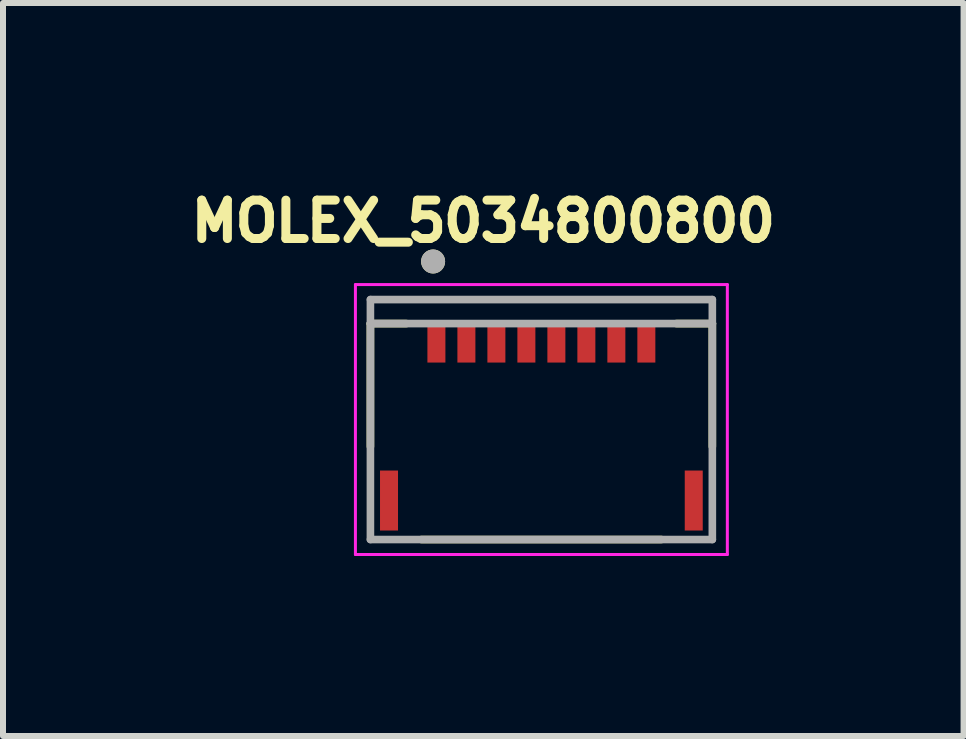
<source format=kicad_pcb>
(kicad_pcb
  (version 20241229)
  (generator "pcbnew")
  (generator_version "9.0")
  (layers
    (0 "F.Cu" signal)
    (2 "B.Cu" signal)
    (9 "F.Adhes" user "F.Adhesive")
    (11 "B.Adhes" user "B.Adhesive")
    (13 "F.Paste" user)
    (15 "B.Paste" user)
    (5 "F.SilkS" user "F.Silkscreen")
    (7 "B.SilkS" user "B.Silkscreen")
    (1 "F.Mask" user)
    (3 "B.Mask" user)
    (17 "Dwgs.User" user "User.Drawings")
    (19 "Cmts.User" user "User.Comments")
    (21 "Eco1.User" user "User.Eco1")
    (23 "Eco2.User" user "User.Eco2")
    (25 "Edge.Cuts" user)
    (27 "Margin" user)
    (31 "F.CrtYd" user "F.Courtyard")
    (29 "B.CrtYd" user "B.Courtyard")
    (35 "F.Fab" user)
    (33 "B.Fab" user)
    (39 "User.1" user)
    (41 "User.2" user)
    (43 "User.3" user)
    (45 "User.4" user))
  (footprint "MOLEX_5034800800"
    (layer "F.Cu")
    (at 5.975 2.644)
    (property "Reference" "MOLEX_5034800800" (at -0.968 -2.006 0) (layer "F.SilkS") (effects (font (size 0.64 0.64) (thickness 0.15))))
    (attr smd)
    (fp_line (start -2.85 -0.3) (end -2.85 1.75) (stroke (width 0.127) (type solid)) (layer "F.SilkS"))
    (fp_line (start -2.25 -0.3) (end -2.85 -0.3) (stroke (width 0.127) (type solid)) (layer "F.SilkS"))
    (fp_line (start -2 3.3) (end 2 3.3) (stroke (width 0.127) (type solid)) (layer "F.SilkS"))
    (fp_line (start 2.25 -0.3) (end 2.85 -0.3) (stroke (width 0.127) (type solid)) (layer "F.SilkS"))
    (fp_line (start 2.85 -0.3) (end 2.85 1.75) (stroke (width 0.127) (type solid)) (layer "F.SilkS"))
    (fp_circle (center -1.805 -1.335) (end -1.705 -1.335) (stroke (width 0.2) (type solid)) (fill no) (layer "F.SilkS"))
    (fp_line (start -3.1 -0.95) (end 3.1 -0.95) (stroke (width 0.05) (type solid)) (layer "F.CrtYd"))
    (fp_line (start -3.1 3.55) (end -3.1 -0.95) (stroke (width 0.05) (type solid)) (layer "F.CrtYd"))
    (fp_line (start 3.1 -0.95) (end 3.1 3.55) (stroke (width 0.05) (type solid)) (layer "F.CrtYd"))
    (fp_line (start 3.1 3.55) (end -3.1 3.55) (stroke (width 0.05) (type solid)) (layer "F.CrtYd"))
    (fp_line (start -2.85 -0.7) (end 2.85 -0.7) (stroke (width 0.127) (type solid)) (layer "F.Fab"))
    (fp_line (start -2.85 -0.3) (end -2.85 -0.7) (stroke (width 0.127) (type solid)) (layer "F.Fab"))
    (fp_line (start -2.85 -0.3) (end 2.85 -0.3) (stroke (width 0.127) (type solid)) (layer "F.Fab"))
    (fp_line (start -2.85 3.3) (end -2.85 -0.3) (stroke (width 0.127) (type solid)) (layer "F.Fab"))
    (fp_line (start 2.85 -0.7) (end 2.85 -0.3) (stroke (width 0.127) (type solid)) (layer "F.Fab"))
    (fp_line (start 2.85 -0.3) (end 2.85 3.3) (stroke (width 0.127) (type solid)) (layer "F.Fab"))
    (fp_line (start 2.85 3.3) (end -2.85 3.3) (stroke (width 0.127) (type solid)) (layer "F.Fab"))
    (fp_circle (center -1.805 -1.335) (end -1.705 -1.335) (stroke (width 0.2) (type solid)) (fill no) (layer "F.Fab"))
    (pad "1" smd rect (at -1.75 0) (size 0.3 0.7) (layers "F.Cu" "F.Mask" "F.Paste"))
    (pad "2" smd rect (at -1.25 0) (size 0.3 0.7) (layers "F.Cu" "F.Mask" "F.Paste"))
    (pad "3" smd rect (at -0.75 0) (size 0.3 0.7) (layers "F.Cu" "F.Mask" "F.Paste"))
    (pad "4" smd rect (at -0.25 0) (size 0.3 0.7) (layers "F.Cu" "F.Mask" "F.Paste"))
    (pad "5" smd rect (at 0.25 0) (size 0.3 0.7) (layers "F.Cu" "F.Mask" "F.Paste"))
    (pad "6" smd rect (at 0.75 0) (size 0.3 0.7) (layers "F.Cu" "F.Mask" "F.Paste"))
    (pad "7" smd rect (at 1.25 0) (size 0.3 0.7) (layers "F.Cu" "F.Mask" "F.Paste"))
    (pad "8" smd rect (at 1.75 0) (size 0.3 0.7) (layers "F.Cu" "F.Mask" "F.Paste"))
    (pad "S1" smd rect (at -2.54 2.65) (size 0.3 1) (layers "F.Cu" "F.Mask" "F.Paste"))
    (pad "S2" smd rect (at 2.54 2.65) (size 0.3 1) (layers "F.Cu" "F.Mask" "F.Paste")))
  (gr_rect
    (start -3 -3)
    (end 13.013 9.219)
    (stroke (width 0.1) (type default))
    (fill no)
    (layer "Edge.Cuts")))
</source>
